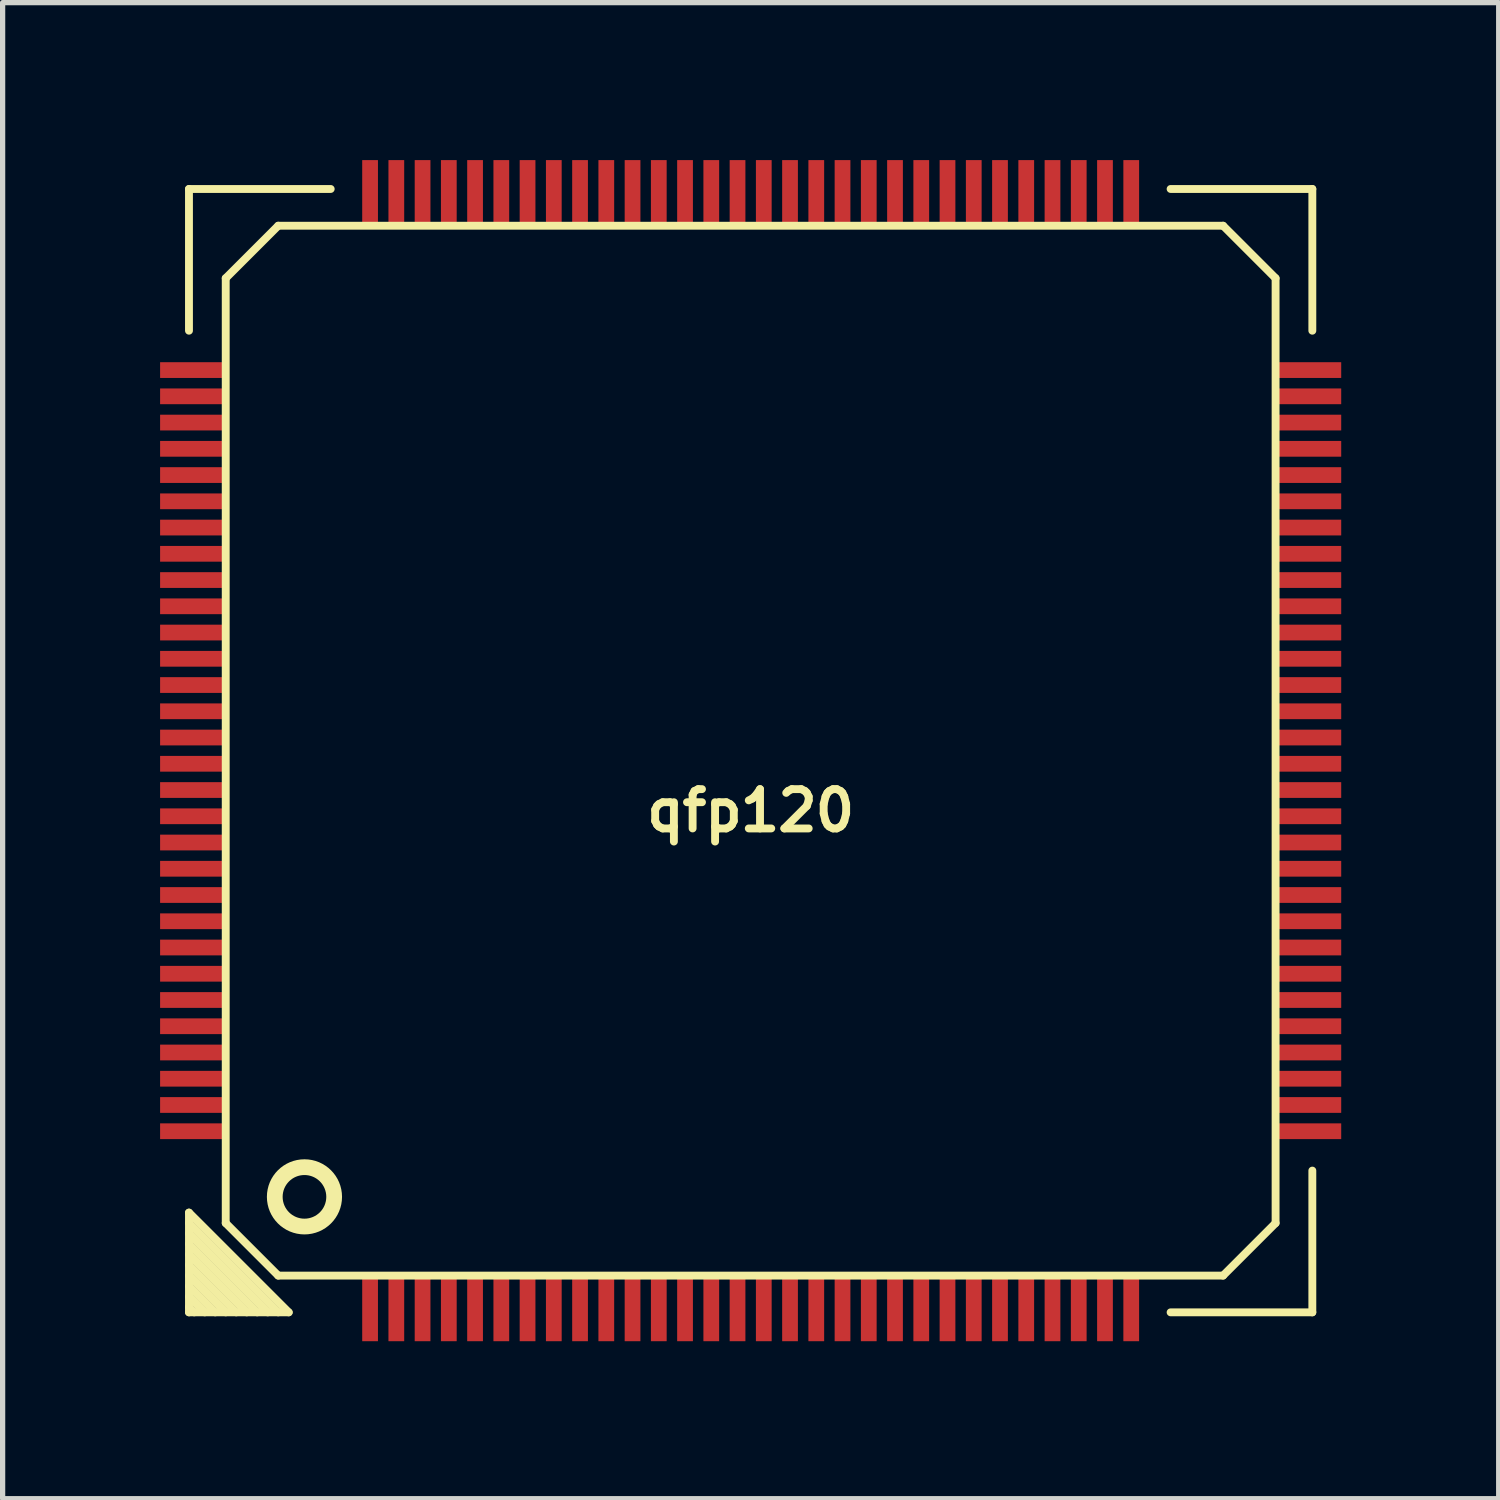
<source format=kicad_pcb>
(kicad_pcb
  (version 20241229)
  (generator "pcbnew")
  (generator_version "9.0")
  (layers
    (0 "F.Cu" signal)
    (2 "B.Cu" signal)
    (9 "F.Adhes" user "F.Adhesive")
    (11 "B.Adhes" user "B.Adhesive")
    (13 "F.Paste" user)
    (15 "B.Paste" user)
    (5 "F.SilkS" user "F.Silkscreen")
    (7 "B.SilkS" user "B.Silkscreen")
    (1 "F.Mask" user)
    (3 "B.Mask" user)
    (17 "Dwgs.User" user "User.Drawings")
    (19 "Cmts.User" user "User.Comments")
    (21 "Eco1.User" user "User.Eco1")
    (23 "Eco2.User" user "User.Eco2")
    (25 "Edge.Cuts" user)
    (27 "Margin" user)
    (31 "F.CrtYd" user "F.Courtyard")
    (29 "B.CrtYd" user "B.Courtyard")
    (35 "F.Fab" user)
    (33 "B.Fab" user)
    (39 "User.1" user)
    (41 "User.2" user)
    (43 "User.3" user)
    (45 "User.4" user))
  (footprint "qfp120"
    (layer "F.Cu")
    (at 11.25 11.25)
    (property "Reference" "qfp120" (at 0 1.143 0) (layer "F.SilkS") (effects (font (size 0.749 0.749) (thickness 0.15))))
    (attr smd)
    (fp_line (start -10.7 -10.7) (end -8 -10.7) (stroke (width 0.15) (type solid)) (layer "F.SilkS"))
    (fp_line (start -10.7 -8) (end -10.7 -10.7) (stroke (width 0.15) (type solid)) (layer "F.SilkS"))
    (fp_line (start -10.7 9.4) (end -9.4 10.7) (stroke (width 0.15) (type solid)) (layer "F.SilkS"))
    (fp_line (start -10.7 9.8) (end -9.8 10.7) (stroke (width 0.15) (type solid)) (layer "F.SilkS"))
    (fp_line (start -10.7 10.2) (end -10.2 10.7) (stroke (width 0.15) (type solid)) (layer "F.SilkS"))
    (fp_line (start -10.7 10.6) (end -10.6 10.7) (stroke (width 0.15) (type solid)) (layer "F.SilkS"))
    (fp_line (start -10.7 10.7) (end -10.7 8.8) (stroke (width 0.15) (type solid)) (layer "F.SilkS"))
    (fp_line (start -10.4 10.7) (end -10.7 10.4) (stroke (width 0.15) (type solid)) (layer "F.SilkS"))
    (fp_line (start -10 -9) (end -9 -10) (stroke (width 0.15) (type solid)) (layer "F.SilkS"))
    (fp_line (start -10 9) (end -10 -9) (stroke (width 0.15) (type solid)) (layer "F.SilkS"))
    (fp_line (start -10 10.7) (end -10.7 10) (stroke (width 0.15) (type solid)) (layer "F.SilkS"))
    (fp_line (start -9.6 10.7) (end -10.7 9.6) (stroke (width 0.15) (type solid)) (layer "F.SilkS"))
    (fp_line (start -9.2 10.7) (end -10.7 9.2) (stroke (width 0.15) (type solid)) (layer "F.SilkS"))
    (fp_line (start -9 -10) (end 9 -10) (stroke (width 0.15) (type solid)) (layer "F.SilkS"))
    (fp_line (start -9 10) (end -10 9) (stroke (width 0.15) (type solid)) (layer "F.SilkS"))
    (fp_line (start -9 10.7) (end -10.7 9) (stroke (width 0.15) (type solid)) (layer "F.SilkS"))
    (fp_line (start -8.8 10.7) (end -10.7 8.8) (stroke (width 0.15) (type solid)) (layer "F.SilkS"))
    (fp_line (start -8.8 10.7) (end -10.7 10.7) (stroke (width 0.15) (type solid)) (layer "F.SilkS"))
    (fp_line (start 8 -10.7) (end 10.7 -10.7) (stroke (width 0.15) (type solid)) (layer "F.SilkS"))
    (fp_line (start 9 -10) (end 10 -9) (stroke (width 0.15) (type solid)) (layer "F.SilkS"))
    (fp_line (start 9 10) (end -9 10) (stroke (width 0.15) (type solid)) (layer "F.SilkS"))
    (fp_line (start 10 9) (end 9 10) (stroke (width 0.15) (type solid)) (layer "F.SilkS"))
    (fp_line (start 10 9) (end 10 -9) (stroke (width 0.15) (type solid)) (layer "F.SilkS"))
    (fp_line (start 10.7 -10.7) (end 10.7 -8) (stroke (width 0.15) (type solid)) (layer "F.SilkS"))
    (fp_line (start 10.7 8) (end 10.7 10.7) (stroke (width 0.15) (type solid)) (layer "F.SilkS"))
    (fp_line (start 10.7 10.7) (end 8 10.7) (stroke (width 0.15) (type solid)) (layer "F.SilkS"))
    (fp_circle (center -8.5 8.5) (end -8.9 8.9) (stroke (width 0.3) (type solid)) (fill no) (layer "F.SilkS"))
    (pad "1" smd rect (at -7.25 10.6) (size 0.3 1.3) (layers "F.Cu" "F.Mask" "F.Paste"))
    (pad "2" smd rect (at -6.75 10.6) (size 0.3 1.3) (layers "F.Cu" "F.Mask" "F.Paste"))
    (pad "3" smd rect (at -6.25 10.6) (size 0.3 1.3) (layers "F.Cu" "F.Mask" "F.Paste"))
    (pad "4" smd rect (at -5.75 10.6) (size 0.3 1.3) (layers "F.Cu" "F.Mask" "F.Paste"))
    (pad "5" smd rect (at -5.25 10.6) (size 0.3 1.3) (layers "F.Cu" "F.Mask" "F.Paste"))
    (pad "6" smd rect (at -4.75 10.6) (size 0.3 1.3) (layers "F.Cu" "F.Mask" "F.Paste"))
    (pad "7" smd rect (at -4.25 10.6) (size 0.3 1.3) (layers "F.Cu" "F.Mask" "F.Paste"))
    (pad "8" smd rect (at -3.75 10.6) (size 0.3 1.3) (layers "F.Cu" "F.Mask" "F.Paste"))
    (pad "9" smd rect (at -3.25 10.6) (size 0.3 1.3) (layers "F.Cu" "F.Mask" "F.Paste"))
    (pad "10" smd rect (at -2.75 10.6) (size 0.3 1.3) (layers "F.Cu" "F.Mask" "F.Paste"))
    (pad "11" smd rect (at -2.25 10.6) (size 0.3 1.3) (layers "F.Cu" "F.Mask" "F.Paste"))
    (pad "12" smd rect (at -1.75 10.6) (size 0.3 1.3) (layers "F.Cu" "F.Mask" "F.Paste"))
    (pad "13" smd rect (at -1.25 10.6) (size 0.3 1.3) (layers "F.Cu" "F.Mask" "F.Paste"))
    (pad "14" smd rect (at -0.75 10.6) (size 0.3 1.3) (layers "F.Cu" "F.Mask" "F.Paste"))
    (pad "15" smd rect (at -0.25 10.6) (size 0.3 1.3) (layers "F.Cu" "F.Mask" "F.Paste"))
    (pad "16" smd rect (at 0.25 10.6) (size 0.3 1.3) (layers "F.Cu" "F.Mask" "F.Paste"))
    (pad "17" smd rect (at 0.75 10.6) (size 0.3 1.3) (layers "F.Cu" "F.Mask" "F.Paste"))
    (pad "18" smd rect (at 1.25 10.6) (size 0.3 1.3) (layers "F.Cu" "F.Mask" "F.Paste"))
    (pad "19" smd rect (at 1.75 10.6) (size 0.3 1.3) (layers "F.Cu" "F.Mask" "F.Paste"))
    (pad "20" smd rect (at 2.25 10.6) (size 0.3 1.3) (layers "F.Cu" "F.Mask" "F.Paste"))
    (pad "21" smd rect (at 2.75 10.6) (size 0.3 1.3) (layers "F.Cu" "F.Mask" "F.Paste"))
    (pad "22" smd rect (at 3.25 10.6) (size 0.3 1.3) (layers "F.Cu" "F.Mask" "F.Paste"))
    (pad "23" smd rect (at 3.75 10.6) (size 0.3 1.3) (layers "F.Cu" "F.Mask" "F.Paste"))
    (pad "24" smd rect (at 4.25 10.6) (size 0.3 1.3) (layers "F.Cu" "F.Mask" "F.Paste"))
    (pad "25" smd rect (at 4.75 10.6) (size 0.3 1.3) (layers "F.Cu" "F.Mask" "F.Paste"))
    (pad "26" smd rect (at 5.25 10.6) (size 0.3 1.3) (layers "F.Cu" "F.Mask" "F.Paste"))
    (pad "27" smd rect (at 5.75 10.6) (size 0.3 1.3) (layers "F.Cu" "F.Mask" "F.Paste"))
    (pad "28" smd rect (at 6.25 10.6) (size 0.3 1.3) (layers "F.Cu" "F.Mask" "F.Paste"))
    (pad "29" smd rect (at 6.75 10.6) (size 0.3 1.3) (layers "F.Cu" "F.Mask" "F.Paste"))
    (pad "30" smd rect (at 7.25 10.6) (size 0.3 1.3) (layers "F.Cu" "F.Mask" "F.Paste"))
    (pad "31" smd rect (at 10.6 7.25) (size 1.3 0.3) (layers "F.Cu" "F.Mask" "F.Paste"))
    (pad "32" smd rect (at 10.6 6.75) (size 1.3 0.3) (layers "F.Cu" "F.Mask" "F.Paste"))
    (pad "33" smd rect (at 10.6 6.25) (size 1.3 0.3) (layers "F.Cu" "F.Mask" "F.Paste"))
    (pad "34" smd rect (at 10.6 5.75) (size 1.3 0.3) (layers "F.Cu" "F.Mask" "F.Paste"))
    (pad "35" smd rect (at 10.6 5.25) (size 1.3 0.3) (layers "F.Cu" "F.Mask" "F.Paste"))
    (pad "36" smd rect (at 10.6 4.75) (size 1.3 0.3) (layers "F.Cu" "F.Mask" "F.Paste"))
    (pad "37" smd rect (at 10.6 4.25) (size 1.3 0.3) (layers "F.Cu" "F.Mask" "F.Paste"))
    (pad "38" smd rect (at 10.6 3.75) (size 1.3 0.3) (layers "F.Cu" "F.Mask" "F.Paste"))
    (pad "39" smd rect (at 10.6 3.25) (size 1.3 0.3) (layers "F.Cu" "F.Mask" "F.Paste"))
    (pad "40" smd rect (at 10.6 2.75) (size 1.3 0.3) (layers "F.Cu" "F.Mask" "F.Paste"))
    (pad "41" smd rect (at 10.6 2.25) (size 1.3 0.3) (layers "F.Cu" "F.Mask" "F.Paste"))
    (pad "42" smd rect (at 10.6 1.75) (size 1.3 0.3) (layers "F.Cu" "F.Mask" "F.Paste"))
    (pad "43" smd rect (at 10.6 1.25) (size 1.3 0.3) (layers "F.Cu" "F.Mask" "F.Paste"))
    (pad "44" smd rect (at 10.6 0.75) (size 1.3 0.3) (layers "F.Cu" "F.Mask" "F.Paste"))
    (pad "45" smd rect (at 10.6 0.25) (size 1.3 0.3) (layers "F.Cu" "F.Mask" "F.Paste"))
    (pad "46" smd rect (at 10.6 -0.25) (size 1.3 0.3) (layers "F.Cu" "F.Mask" "F.Paste"))
    (pad "47" smd rect (at 10.6 -0.75) (size 1.3 0.3) (layers "F.Cu" "F.Mask" "F.Paste"))
    (pad "48" smd rect (at 10.6 -1.25) (size 1.3 0.3) (layers "F.Cu" "F.Mask" "F.Paste"))
    (pad "49" smd rect (at 10.6 -1.75) (size 1.3 0.3) (layers "F.Cu" "F.Mask" "F.Paste"))
    (pad "50" smd rect (at 10.6 -2.25) (size 1.3 0.3) (layers "F.Cu" "F.Mask" "F.Paste"))
    (pad "51" smd rect (at 10.6 -2.75) (size 1.3 0.3) (layers "F.Cu" "F.Mask" "F.Paste"))
    (pad "52" smd rect (at 10.6 -3.25) (size 1.3 0.3) (layers "F.Cu" "F.Mask" "F.Paste"))
    (pad "53" smd rect (at 10.6 -3.75) (size 1.3 0.3) (layers "F.Cu" "F.Mask" "F.Paste"))
    (pad "54" smd rect (at 10.6 -4.25) (size 1.3 0.3) (layers "F.Cu" "F.Mask" "F.Paste"))
    (pad "55" smd rect (at 10.6 -4.75) (size 1.3 0.3) (layers "F.Cu" "F.Mask" "F.Paste"))
    (pad "56" smd rect (at 10.6 -5.25) (size 1.3 0.3) (layers "F.Cu" "F.Mask" "F.Paste"))
    (pad "57" smd rect (at 10.6 -5.75) (size 1.3 0.3) (layers "F.Cu" "F.Mask" "F.Paste"))
    (pad "58" smd rect (at 10.6 -6.25) (size 1.3 0.3) (layers "F.Cu" "F.Mask" "F.Paste"))
    (pad "59" smd rect (at 10.6 -6.75) (size 1.3 0.3) (layers "F.Cu" "F.Mask" "F.Paste"))
    (pad "60" smd rect (at 10.6 -7.25) (size 1.3 0.3) (layers "F.Cu" "F.Mask" "F.Paste"))
    (pad "61" smd rect (at 7.25 -10.6) (size 0.3 1.3) (layers "F.Cu" "F.Mask" "F.Paste"))
    (pad "62" smd rect (at 6.75 -10.6) (size 0.3 1.3) (layers "F.Cu" "F.Mask" "F.Paste"))
    (pad "63" smd rect (at 6.25 -10.6) (size 0.3 1.3) (layers "F.Cu" "F.Mask" "F.Paste"))
    (pad "64" smd rect (at 5.75 -10.6) (size 0.3 1.3) (layers "F.Cu" "F.Mask" "F.Paste"))
    (pad "65" smd rect (at 5.25 -10.6) (size 0.3 1.3) (layers "F.Cu" "F.Mask" "F.Paste"))
    (pad "66" smd rect (at 4.75 -10.6) (size 0.3 1.3) (layers "F.Cu" "F.Mask" "F.Paste"))
    (pad "67" smd rect (at 4.25 -10.6) (size 0.3 1.3) (layers "F.Cu" "F.Mask" "F.Paste"))
    (pad "68" smd rect (at 3.75 -10.6) (size 0.3 1.3) (layers "F.Cu" "F.Mask" "F.Paste"))
    (pad "69" smd rect (at 3.25 -10.6) (size 0.3 1.3) (layers "F.Cu" "F.Mask" "F.Paste"))
    (pad "70" smd rect (at 2.75 -10.6) (size 0.3 1.3) (layers "F.Cu" "F.Mask" "F.Paste"))
    (pad "71" smd rect (at 2.25 -10.6) (size 0.3 1.3) (layers "F.Cu" "F.Mask" "F.Paste"))
    (pad "72" smd rect (at 1.75 -10.6) (size 0.3 1.3) (layers "F.Cu" "F.Mask" "F.Paste"))
    (pad "73" smd rect (at 1.25 -10.6) (size 0.3 1.3) (layers "F.Cu" "F.Mask" "F.Paste"))
    (pad "74" smd rect (at 0.75 -10.6) (size 0.3 1.3) (layers "F.Cu" "F.Mask" "F.Paste"))
    (pad "75" smd rect (at 0.25 -10.6) (size 0.3 1.3) (layers "F.Cu" "F.Mask" "F.Paste"))
    (pad "76" smd rect (at -0.25 -10.6) (size 0.3 1.3) (layers "F.Cu" "F.Mask" "F.Paste"))
    (pad "77" smd rect (at -0.75 -10.6) (size 0.3 1.3) (layers "F.Cu" "F.Mask" "F.Paste"))
    (pad "78" smd rect (at -1.25 -10.6) (size 0.3 1.3) (layers "F.Cu" "F.Mask" "F.Paste"))
    (pad "79" smd rect (at -1.75 -10.6) (size 0.3 1.3) (layers "F.Cu" "F.Mask" "F.Paste"))
    (pad "80" smd rect (at -2.25 -10.6) (size 0.3 1.3) (layers "F.Cu" "F.Mask" "F.Paste"))
    (pad "81" smd rect (at -2.75 -10.6) (size 0.3 1.3) (layers "F.Cu" "F.Mask" "F.Paste"))
    (pad "82" smd rect (at -3.25 -10.6) (size 0.3 1.3) (layers "F.Cu" "F.Mask" "F.Paste"))
    (pad "83" smd rect (at -3.75 -10.6) (size 0.3 1.3) (layers "F.Cu" "F.Mask" "F.Paste"))
    (pad "84" smd rect (at -4.25 -10.6) (size 0.3 1.3) (layers "F.Cu" "F.Mask" "F.Paste"))
    (pad "85" smd rect (at -4.75 -10.6) (size 0.3 1.3) (layers "F.Cu" "F.Mask" "F.Paste"))
    (pad "86" smd rect (at -5.25 -10.6) (size 0.3 1.3) (layers "F.Cu" "F.Mask" "F.Paste"))
    (pad "87" smd rect (at -5.75 -10.6) (size 0.3 1.3) (layers "F.Cu" "F.Mask" "F.Paste"))
    (pad "88" smd rect (at -6.25 -10.6) (size 0.3 1.3) (layers "F.Cu" "F.Mask" "F.Paste"))
    (pad "89" smd rect (at -6.75 -10.6) (size 0.3 1.3) (layers "F.Cu" "F.Mask" "F.Paste"))
    (pad "90" smd rect (at -7.25 -10.6) (size 0.3 1.3) (layers "F.Cu" "F.Mask" "F.Paste"))
    (pad "91" smd rect (at -10.6 -7.25) (size 1.3 0.3) (layers "F.Cu" "F.Mask" "F.Paste"))
    (pad "92" smd rect (at -10.6 -6.75) (size 1.3 0.3) (layers "F.Cu" "F.Mask" "F.Paste"))
    (pad "93" smd rect (at -10.6 -6.25) (size 1.3 0.3) (layers "F.Cu" "F.Mask" "F.Paste"))
    (pad "94" smd rect (at -10.6 -5.75) (size 1.3 0.3) (layers "F.Cu" "F.Mask" "F.Paste"))
    (pad "95" smd rect (at -10.6 -5.25) (size 1.3 0.3) (layers "F.Cu" "F.Mask" "F.Paste"))
    (pad "96" smd rect (at -10.6 -4.75) (size 1.3 0.3) (layers "F.Cu" "F.Mask" "F.Paste"))
    (pad "97" smd rect (at -10.6 -4.25) (size 1.3 0.3) (layers "F.Cu" "F.Mask" "F.Paste"))
    (pad "98" smd rect (at -10.6 -3.75) (size 1.3 0.3) (layers "F.Cu" "F.Mask" "F.Paste"))
    (pad "99" smd rect (at -10.6 -3.25) (size 1.3 0.3) (layers "F.Cu" "F.Mask" "F.Paste"))
    (pad "100" smd rect (at -10.6 -2.75) (size 1.3 0.3) (layers "F.Cu" "F.Mask" "F.Paste"))
    (pad "101" smd rect (at -10.6 -2.25) (size 1.3 0.3) (layers "F.Cu" "F.Mask" "F.Paste"))
    (pad "102" smd rect (at -10.6 -1.75) (size 1.3 0.3) (layers "F.Cu" "F.Mask" "F.Paste"))
    (pad "103" smd rect (at -10.6 -1.25) (size 1.3 0.3) (layers "F.Cu" "F.Mask" "F.Paste"))
    (pad "104" smd rect (at -10.6 -0.75) (size 1.3 0.3) (layers "F.Cu" "F.Mask" "F.Paste"))
    (pad "105" smd rect (at -10.6 -0.25) (size 1.3 0.3) (layers "F.Cu" "F.Mask" "F.Paste"))
    (pad "106" smd rect (at -10.6 0.25) (size 1.3 0.3) (layers "F.Cu" "F.Mask" "F.Paste"))
    (pad "107" smd rect (at -10.6 0.75) (size 1.3 0.3) (layers "F.Cu" "F.Mask" "F.Paste"))
    (pad "108" smd rect (at -10.6 1.25) (size 1.3 0.3) (layers "F.Cu" "F.Mask" "F.Paste"))
    (pad "109" smd rect (at -10.6 1.75) (size 1.3 0.3) (layers "F.Cu" "F.Mask" "F.Paste"))
    (pad "110" smd rect (at -10.6 2.25) (size 1.3 0.3) (layers "F.Cu" "F.Mask" "F.Paste"))
    (pad "111" smd rect (at -10.6 2.75) (size 1.3 0.3) (layers "F.Cu" "F.Mask" "F.Paste"))
    (pad "112" smd rect (at -10.6 3.25) (size 1.3 0.3) (layers "F.Cu" "F.Mask" "F.Paste"))
    (pad "113" smd rect (at -10.6 3.75) (size 1.3 0.3) (layers "F.Cu" "F.Mask" "F.Paste"))
    (pad "114" smd rect (at -10.6 4.25) (size 1.3 0.3) (layers "F.Cu" "F.Mask" "F.Paste"))
    (pad "115" smd rect (at -10.6 4.75) (size 1.3 0.3) (layers "F.Cu" "F.Mask" "F.Paste"))
    (pad "116" smd rect (at -10.6 5.25) (size 1.3 0.3) (layers "F.Cu" "F.Mask" "F.Paste"))
    (pad "117" smd rect (at -10.6 5.75) (size 1.3 0.3) (layers "F.Cu" "F.Mask" "F.Paste"))
    (pad "118" smd rect (at -10.6 6.25) (size 1.3 0.3) (layers "F.Cu" "F.Mask" "F.Paste"))
    (pad "119" smd rect (at -10.6 6.75) (size 1.3 0.3) (layers "F.Cu" "F.Mask" "F.Paste"))
    (pad "120" smd rect (at -10.6 7.25) (size 1.3 0.3) (layers "F.Cu" "F.Mask" "F.Paste")))
  (gr_rect
    (start -3 -3)
    (end 25.5 25.5)
    (stroke (width 0.1) (type default))
    (fill no)
    (layer "Edge.Cuts")))
</source>
